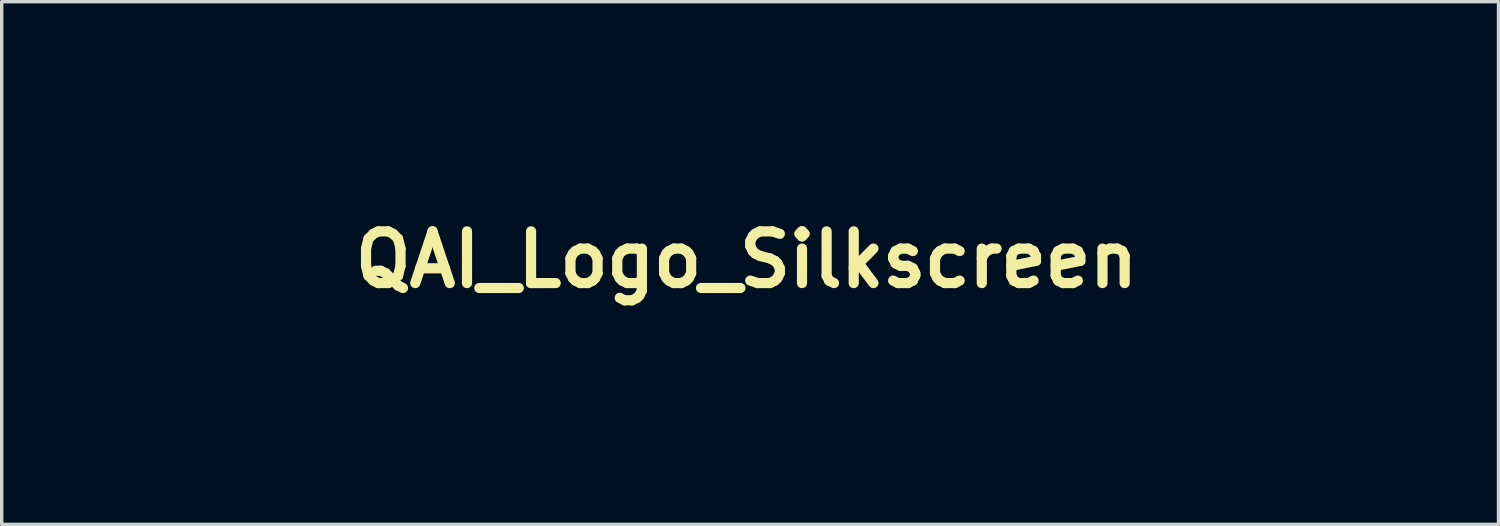
<source format=kicad_pcb>
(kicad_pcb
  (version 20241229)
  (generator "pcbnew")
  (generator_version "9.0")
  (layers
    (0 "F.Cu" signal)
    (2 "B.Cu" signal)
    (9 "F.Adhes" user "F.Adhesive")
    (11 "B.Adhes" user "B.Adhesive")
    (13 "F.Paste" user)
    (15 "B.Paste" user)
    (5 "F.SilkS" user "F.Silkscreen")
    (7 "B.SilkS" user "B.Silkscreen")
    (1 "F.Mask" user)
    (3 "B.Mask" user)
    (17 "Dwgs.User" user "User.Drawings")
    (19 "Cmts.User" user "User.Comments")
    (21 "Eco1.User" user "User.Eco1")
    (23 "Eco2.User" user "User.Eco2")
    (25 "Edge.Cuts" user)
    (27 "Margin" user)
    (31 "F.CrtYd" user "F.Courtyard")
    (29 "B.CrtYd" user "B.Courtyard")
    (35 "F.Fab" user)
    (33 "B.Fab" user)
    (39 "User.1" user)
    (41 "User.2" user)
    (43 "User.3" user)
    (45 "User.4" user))
  (footprint "QAI_Logo_Silkscreen"
    (layer "F.Cu")
    (at 18.947 4.601)
    (property "Reference" "QAI_Logo_Silkscreen" (at 0 0 0) (layer "F.SilkS") (effects (font (size 1.524 1.524) (thickness 0.3))))
    (attr through_hole)
    (fp_poly (pts (xy 2.053 -1.055) (xy 2.085 -1.054) (xy 2.095 -1.054) (xy 2.129 -1.055) (xy 2.157 -1.056) (xy 2.181 -1.056) (xy 2.202 -1.053) (xy 2.218 -1.044) (xy 2.231 -1.029) (xy 2.241 -1.005) (xy 2.249 -0.971) (xy 2.254 -0.925) (xy 2.258 -0.865) (xy 2.26 -0.789) (xy 2.261 -0.695) (xy 2.261 -0.582) (xy 2.261 -0.447) (xy 2.261 -0.29) (xy 2.261 -0.235) (xy 2.261 0.532) (xy 2.233 0.558) (xy 2.215 0.571) (xy 2.192 0.579) (xy 2.156 0.583) (xy 2.103 0.584) (xy 2.095 0.584) (xy 2.04 0.583) (xy 2.003 0.58) (xy 1.978 0.572) (xy 1.96 0.56) (xy 1.958 0.558) (xy 1.93 0.532) (xy 1.93 -0.235) (xy 1.93 -0.4) (xy 1.93 -0.542) (xy 1.93 -0.662) (xy 1.931 -0.761) (xy 1.932 -0.843) (xy 1.935 -0.908) (xy 1.94 -0.958) (xy 1.947 -0.996) (xy 1.956 -1.023) (xy 1.969 -1.04) (xy 1.984 -1.051) (xy 2.003 -1.055) (xy 2.026 -1.056) (xy 2.053 -1.055)) (stroke (width 0.01) (type solid)) (fill no) (layer "Eco2.User"))
    (fp_poly (pts (xy 15.74 -1.056) (xy 15.76 -1.052) (xy 15.776 -1.044) (xy 15.789 -1.029) (xy 15.799 -1.005) (xy 15.806 -0.97) (xy 15.812 -0.924) (xy 15.815 -0.863) (xy 15.817 -0.786) (xy 15.818 -0.692) (xy 15.818 -0.579) (xy 15.818 -0.444) (xy 15.818 -0.286) (xy 15.818 -0.235) (xy 15.818 -0.07) (xy 15.818 0.072) (xy 15.818 0.191) (xy 15.817 0.291) (xy 15.816 0.372) (xy 15.813 0.437) (xy 15.808 0.488) (xy 15.801 0.526) (xy 15.792 0.553) (xy 15.78 0.57) (xy 15.765 0.581) (xy 15.747 0.585) (xy 15.724 0.586) (xy 15.698 0.585) (xy 15.667 0.584) (xy 15.657 0.584) (xy 15.601 0.583) (xy 15.563 0.58) (xy 15.539 0.573) (xy 15.523 0.562) (xy 15.519 0.559) (xy 15.514 0.553) (xy 15.51 0.545) (xy 15.506 0.534) (xy 15.503 0.518) (xy 15.5 0.493) (xy 15.498 0.46) (xy 15.497 0.414) (xy 15.496 0.356) (xy 15.495 0.282) (xy 15.494 0.191) (xy 15.494 0.081) (xy 15.494 -0.05) (xy 15.494 -0.204) (xy 15.494 -0.239) (xy 15.494 -0.399) (xy 15.494 -0.535) (xy 15.494 -0.65) (xy 15.495 -0.745) (xy 15.496 -0.822) (xy 15.497 -0.883) (xy 15.498 -0.931) (xy 15.5 -0.967) (xy 15.503 -0.992) (xy 15.506 -1.01) (xy 15.509 -1.022) (xy 15.513 -1.029) (xy 15.517 -1.033) (xy 15.536 -1.044) (xy 15.565 -1.05) (xy 15.611 -1.054) (xy 15.655 -1.054) (xy 15.688 -1.055) (xy 15.716 -1.056) (xy 15.74 -1.056)) (stroke (width 0.01) (type solid)) (fill no) (layer "Eco2.User"))
    (fp_poly (pts (xy 11.288 -1.055) (xy 11.32 -1.054) (xy 11.328 -1.054) (xy 11.364 -1.055) (xy 11.395 -1.056) (xy 11.42 -1.055) (xy 11.441 -1.05) (xy 11.457 -1.039) (xy 11.47 -1.02) (xy 11.479 -0.992) (xy 11.486 -0.952) (xy 11.49 -0.898) (xy 11.493 -0.829) (xy 11.494 -0.742) (xy 11.494 -0.635) (xy 11.494 -0.506) (xy 11.493 -0.368) (xy 11.493 0.267) (xy 11.873 0.267) (xy 11.987 0.267) (xy 12.079 0.267) (xy 12.15 0.268) (xy 12.204 0.272) (xy 12.243 0.279) (xy 12.268 0.29) (xy 12.284 0.306) (xy 12.291 0.329) (xy 12.294 0.358) (xy 12.294 0.396) (xy 12.294 0.428) (xy 12.293 0.485) (xy 12.289 0.523) (xy 12.283 0.546) (xy 12.272 0.562) (xy 12.27 0.563) (xy 12.263 0.568) (xy 12.25 0.573) (xy 12.231 0.576) (xy 12.202 0.579) (xy 12.162 0.581) (xy 12.107 0.582) (xy 12.036 0.583) (xy 11.947 0.584) (xy 11.836 0.584) (xy 11.732 0.584) (xy 11.216 0.584) (xy 11.19 0.551) (xy 11.184 0.543) (xy 11.18 0.535) (xy 11.176 0.523) (xy 11.172 0.506) (xy 11.17 0.482) (xy 11.168 0.448) (xy 11.166 0.404) (xy 11.165 0.346) (xy 11.164 0.274) (xy 11.164 0.184) (xy 11.163 0.075) (xy 11.163 -0.055) (xy 11.163 -0.207) (xy 11.163 -0.243) (xy 11.163 -0.407) (xy 11.163 -0.548) (xy 11.163 -0.667) (xy 11.164 -0.766) (xy 11.165 -0.846) (xy 11.168 -0.911) (xy 11.173 -0.961) (xy 11.18 -0.998) (xy 11.19 -1.024) (xy 11.202 -1.041) (xy 11.218 -1.051) (xy 11.237 -1.055) (xy 11.26 -1.056) (xy 11.288 -1.055)) (stroke (width 0.01) (type solid)) (fill no) (layer "Eco2.User"))
    (fp_poly (pts (xy -0.313 -1.054) (xy -0.228 -1.053) (xy -0.161 -1.05) (xy -0.109 -1.046) (xy -0.071 -1.039) (xy -0.044 -1.03) (xy -0.026 -1.017) (xy -0.016 -1.001) (xy -0.012 -0.981) (xy -0.011 -0.956) (xy -0.012 -0.926) (xy -0.013 -0.898) (xy -0.013 -0.846) (xy -0.015 -0.806) (xy -0.023 -0.777) (xy -0.04 -0.758) (xy -0.068 -0.746) (xy -0.111 -0.739) (xy -0.172 -0.737) (xy -0.253 -0.737) (xy -0.293 -0.737) (xy -0.533 -0.737) (xy -0.533 -0.097) (xy -0.533 0.047) (xy -0.534 0.168) (xy -0.534 0.268) (xy -0.535 0.348) (xy -0.536 0.412) (xy -0.537 0.461) (xy -0.539 0.498) (xy -0.542 0.524) (xy -0.545 0.541) (xy -0.549 0.553) (xy -0.554 0.56) (xy -0.557 0.563) (xy -0.584 0.575) (xy -0.627 0.583) (xy -0.68 0.586) (xy -0.735 0.585) (xy -0.783 0.579) (xy -0.819 0.569) (xy -0.83 0.561) (xy -0.835 0.554) (xy -0.839 0.542) (xy -0.842 0.525) (xy -0.845 0.498) (xy -0.847 0.461) (xy -0.848 0.412) (xy -0.849 0.347) (xy -0.85 0.266) (xy -0.851 0.165) (xy -0.851 0.043) (xy -0.851 -0.099) (xy -0.851 -0.737) (xy -1.091 -0.737) (xy -1.183 -0.737) (xy -1.252 -0.738) (xy -1.301 -0.743) (xy -1.335 -0.752) (xy -1.356 -0.768) (xy -1.367 -0.793) (xy -1.371 -0.828) (xy -1.372 -0.875) (xy -1.372 -0.898) (xy -1.372 -0.932) (xy -1.373 -0.961) (xy -1.372 -0.985) (xy -1.366 -1.005) (xy -1.355 -1.02) (xy -1.336 -1.032) (xy -1.307 -1.041) (xy -1.266 -1.047) (xy -1.211 -1.051) (xy -1.14 -1.053) (xy -1.051 -1.054) (xy -0.943 -1.054) (xy -0.812 -1.054) (xy -0.692 -1.054) (xy -0.543 -1.054) (xy -0.417 -1.054) (xy -0.313 -1.054)) (stroke (width 0.01) (type solid)) (fill no) (layer "Eco2.User"))
    (fp_poly (pts (xy 3.018 -1.054) (xy 3.148 -1.054) (xy 3.291 -1.054) (xy 3.411 -1.054) (xy 3.51 -1.053) (xy 3.59 -1.053) (xy 3.653 -1.052) (xy 3.702 -1.05) (xy 3.738 -1.048) (xy 3.763 -1.046) (xy 3.781 -1.042) (xy 3.792 -1.038) (xy 3.799 -1.034) (xy 3.802 -1.031) (xy 3.812 -1.013) (xy 3.819 -0.983) (xy 3.822 -0.938) (xy 3.823 -0.893) (xy 3.823 -0.842) (xy 3.82 -0.803) (xy 3.812 -0.776) (xy 3.796 -0.757) (xy 3.768 -0.745) (xy 3.725 -0.739) (xy 3.664 -0.737) (xy 3.581 -0.737) (xy 3.545 -0.737) (xy 3.315 -0.737) (xy 3.315 -0.11) (xy 3.315 0.041) (xy 3.315 0.168) (xy 3.315 0.274) (xy 3.313 0.36) (xy 3.31 0.429) (xy 3.306 0.483) (xy 3.299 0.522) (xy 3.289 0.55) (xy 3.275 0.569) (xy 3.258 0.579) (xy 3.237 0.584) (xy 3.211 0.585) (xy 3.18 0.585) (xy 3.149 0.584) (xy 3.092 0.583) (xy 3.055 0.58) (xy 3.03 0.573) (xy 3.013 0.562) (xy 3.01 0.559) (xy 3.004 0.552) (xy 2.999 0.544) (xy 2.995 0.532) (xy 2.992 0.513) (xy 2.99 0.486) (xy 2.988 0.449) (xy 2.986 0.399) (xy 2.986 0.334) (xy 2.985 0.253) (xy 2.985 0.152) (xy 2.985 0.03) (xy 2.985 -0.102) (xy 2.985 -0.737) (xy 2.75 -0.737) (xy 2.657 -0.737) (xy 2.588 -0.738) (xy 2.537 -0.743) (xy 2.502 -0.753) (xy 2.481 -0.769) (xy 2.469 -0.794) (xy 2.465 -0.828) (xy 2.464 -0.874) (xy 2.464 -0.895) (xy 2.463 -0.93) (xy 2.462 -0.959) (xy 2.464 -0.984) (xy 2.469 -1.004) (xy 2.48 -1.019) (xy 2.499 -1.031) (xy 2.528 -1.04) (xy 2.568 -1.047) (xy 2.623 -1.051) (xy 2.693 -1.053) (xy 2.781 -1.054) (xy 2.888 -1.054) (xy 3.018 -1.054)) (stroke (width 0.01) (type solid)) (fill no) (layer "Eco2.User"))
    (fp_poly (pts (xy 14.75 -1.054) (xy 14.87 -1.054) (xy 14.968 -1.053) (xy 15.048 -1.053) (xy 15.111 -1.052) (xy 15.159 -1.05) (xy 15.194 -1.048) (xy 15.22 -1.046) (xy 15.237 -1.042) (xy 15.248 -1.038) (xy 15.255 -1.033) (xy 15.257 -1.031) (xy 15.268 -1.013) (xy 15.274 -0.983) (xy 15.278 -0.938) (xy 15.278 -0.893) (xy 15.278 -0.842) (xy 15.276 -0.803) (xy 15.268 -0.776) (xy 15.251 -0.757) (xy 15.223 -0.745) (xy 15.18 -0.739) (xy 15.119 -0.737) (xy 15.037 -0.737) (xy 15.001 -0.737) (xy 14.77 -0.737) (xy 14.77 -0.102) (xy 14.77 0.048) (xy 14.77 0.175) (xy 14.77 0.28) (xy 14.769 0.365) (xy 14.766 0.433) (xy 14.762 0.486) (xy 14.755 0.525) (xy 14.746 0.552) (xy 14.733 0.57) (xy 14.717 0.58) (xy 14.696 0.585) (xy 14.671 0.585) (xy 14.64 0.584) (xy 14.608 0.584) (xy 14.543 0.582) (xy 14.499 0.576) (xy 14.473 0.565) (xy 14.472 0.564) (xy 14.466 0.559) (xy 14.461 0.552) (xy 14.457 0.541) (xy 14.454 0.523) (xy 14.451 0.497) (xy 14.449 0.46) (xy 14.448 0.411) (xy 14.446 0.347) (xy 14.445 0.266) (xy 14.444 0.165) (xy 14.444 0.044) (xy 14.443 -0.096) (xy 14.439 -0.737) (xy 14.207 -0.737) (xy 14.116 -0.737) (xy 14.048 -0.738) (xy 14 -0.743) (xy 13.967 -0.752) (xy 13.947 -0.768) (xy 13.936 -0.794) (xy 13.932 -0.829) (xy 13.932 -0.877) (xy 13.932 -0.898) (xy 13.933 -0.955) (xy 13.936 -0.993) (xy 13.943 -1.016) (xy 13.954 -1.032) (xy 13.955 -1.033) (xy 13.962 -1.038) (xy 13.974 -1.042) (xy 13.992 -1.045) (xy 14.018 -1.048) (xy 14.055 -1.05) (xy 14.105 -1.052) (xy 14.17 -1.053) (xy 14.252 -1.053) (xy 14.353 -1.054) (xy 14.476 -1.054) (xy 14.607 -1.054) (xy 14.75 -1.054)) (stroke (width 0.01) (type solid)) (fill no) (layer "Eco2.User"))
    (fp_poly (pts (xy 13.797 -1.052) (xy 13.844 -1.045) (xy 13.874 -1.031) (xy 13.889 -1.009) (xy 13.894 -0.977) (xy 13.894 -0.975) (xy 13.886 -0.955) (xy 13.863 -0.914) (xy 13.826 -0.854) (xy 13.773 -0.773) (xy 13.704 -0.671) (xy 13.621 -0.55) (xy 13.589 -0.503) (xy 13.284 -0.064) (xy 13.284 0.227) (xy 13.284 0.32) (xy 13.284 0.392) (xy 13.282 0.445) (xy 13.28 0.483) (xy 13.277 0.51) (xy 13.272 0.528) (xy 13.265 0.541) (xy 13.258 0.551) (xy 13.244 0.567) (xy 13.228 0.577) (xy 13.204 0.582) (xy 13.166 0.584) (xy 13.118 0.584) (xy 13.061 0.583) (xy 13.024 0.58) (xy 13 0.573) (xy 12.983 0.562) (xy 12.979 0.559) (xy 12.971 0.549) (xy 12.965 0.537) (xy 12.961 0.519) (xy 12.957 0.491) (xy 12.955 0.451) (xy 12.954 0.394) (xy 12.954 0.318) (xy 12.954 0.238) (xy 12.953 -0.057) (xy 12.643 -0.502) (xy 12.575 -0.601) (xy 12.512 -0.692) (xy 12.456 -0.775) (xy 12.409 -0.846) (xy 12.372 -0.904) (xy 12.346 -0.946) (xy 12.333 -0.97) (xy 12.332 -0.975) (xy 12.341 -1.005) (xy 12.357 -1.029) (xy 12.372 -1.04) (xy 12.392 -1.048) (xy 12.422 -1.052) (xy 12.468 -1.054) (xy 12.514 -1.054) (xy 12.574 -1.054) (xy 12.614 -1.052) (xy 12.64 -1.047) (xy 12.657 -1.039) (xy 12.671 -1.026) (xy 12.671 -1.026) (xy 12.685 -1.008) (xy 12.711 -0.972) (xy 12.747 -0.922) (xy 12.791 -0.859) (xy 12.842 -0.787) (xy 12.896 -0.71) (xy 12.903 -0.699) (xy 12.956 -0.622) (xy 13.005 -0.552) (xy 13.046 -0.492) (xy 13.079 -0.445) (xy 13.102 -0.412) (xy 13.112 -0.397) (xy 13.113 -0.397) (xy 13.12 -0.406) (xy 13.141 -0.433) (xy 13.172 -0.477) (xy 13.212 -0.534) (xy 13.26 -0.602) (xy 13.313 -0.678) (xy 13.339 -0.716) (xy 13.396 -0.796) (xy 13.448 -0.87) (xy 13.495 -0.934) (xy 13.533 -0.986) (xy 13.563 -1.023) (xy 13.58 -1.044) (xy 13.584 -1.046) (xy 13.605 -1.05) (xy 13.644 -1.052) (xy 13.696 -1.054) (xy 13.728 -1.054) (xy 13.797 -1.052)) (stroke (width 0.01) (type solid)) (fill no) (layer "Eco2.User"))
    (fp_poly (pts (xy 5.299 -1.054) (xy 5.338 -1.052) (xy 5.363 -1.048) (xy 5.379 -1.039) (xy 5.392 -1.026) (xy 5.397 -1.021) (xy 5.415 -0.993) (xy 5.423 -0.972) (xy 5.423 -0.971) (xy 5.416 -0.958) (xy 5.396 -0.925) (xy 5.364 -0.877) (xy 5.322 -0.814) (xy 5.272 -0.74) (xy 5.215 -0.655) (xy 5.152 -0.564) (xy 5.112 -0.506) (xy 4.801 -0.057) (xy 4.801 0.238) (xy 4.801 0.341) (xy 4.8 0.421) (xy 4.797 0.481) (xy 4.79 0.525) (xy 4.779 0.554) (xy 4.762 0.571) (xy 4.737 0.581) (xy 4.703 0.584) (xy 4.66 0.584) (xy 4.636 0.584) (xy 4.582 0.584) (xy 4.546 0.581) (xy 4.524 0.576) (xy 4.509 0.565) (xy 4.497 0.551) (xy 4.488 0.539) (xy 4.482 0.525) (xy 4.477 0.505) (xy 4.474 0.476) (xy 4.472 0.435) (xy 4.471 0.379) (xy 4.47 0.302) (xy 4.47 0.227) (xy 4.47 -0.062) (xy 4.167 -0.498) (xy 4.102 -0.592) (xy 4.041 -0.68) (xy 3.986 -0.761) (xy 3.939 -0.831) (xy 3.901 -0.888) (xy 3.873 -0.93) (xy 3.858 -0.955) (xy 3.856 -0.96) (xy 3.858 -0.994) (xy 3.874 -1.02) (xy 3.887 -1.035) (xy 3.902 -1.045) (xy 3.923 -1.051) (xy 3.956 -1.053) (xy 4.007 -1.054) (xy 4.033 -1.054) (xy 4.095 -1.053) (xy 4.137 -1.051) (xy 4.164 -1.046) (xy 4.182 -1.037) (xy 4.188 -1.031) (xy 4.201 -1.015) (xy 4.226 -0.981) (xy 4.261 -0.932) (xy 4.305 -0.87) (xy 4.355 -0.799) (xy 4.409 -0.722) (xy 4.419 -0.708) (xy 4.472 -0.631) (xy 4.521 -0.561) (xy 4.564 -0.501) (xy 4.598 -0.454) (xy 4.623 -0.421) (xy 4.635 -0.407) (xy 4.636 -0.406) (xy 4.645 -0.416) (xy 4.667 -0.445) (xy 4.699 -0.489) (xy 4.74 -0.546) (xy 4.788 -0.614) (xy 4.841 -0.69) (xy 4.858 -0.714) (xy 4.913 -0.793) (xy 4.964 -0.866) (xy 5.009 -0.929) (xy 5.046 -0.98) (xy 5.073 -1.017) (xy 5.089 -1.036) (xy 5.09 -1.038) (xy 5.116 -1.047) (xy 5.165 -1.052) (xy 5.237 -1.054) (xy 5.24 -1.054) (xy 5.299 -1.054)) (stroke (width 0.01) (type solid)) (fill no) (layer "Eco2.User"))
    (fp_poly (pts (xy 16.928 -1.051) (xy 17.068 -1.033) (xy 17.193 -0.996) (xy 17.306 -0.937) (xy 17.409 -0.857) (xy 17.456 -0.81) (xy 17.498 -0.76) (xy 17.539 -0.702) (xy 17.575 -0.642) (xy 17.604 -0.585) (xy 17.623 -0.538) (xy 17.628 -0.511) (xy 17.616 -0.476) (xy 17.582 -0.45) (xy 17.527 -0.436) (xy 17.468 -0.432) (xy 17.404 -0.434) (xy 17.358 -0.441) (xy 17.325 -0.458) (xy 17.299 -0.486) (xy 17.275 -0.524) (xy 17.216 -0.606) (xy 17.143 -0.667) (xy 17.055 -0.707) (xy 16.953 -0.726) (xy 16.837 -0.725) (xy 16.822 -0.723) (xy 16.714 -0.701) (xy 16.623 -0.661) (xy 16.548 -0.602) (xy 16.487 -0.522) (xy 16.468 -0.486) (xy 16.432 -0.393) (xy 16.413 -0.291) (xy 16.41 -0.187) (xy 16.423 -0.083) (xy 16.45 0.013) (xy 16.491 0.099) (xy 16.546 0.168) (xy 16.556 0.178) (xy 16.625 0.228) (xy 16.699 0.262) (xy 16.786 0.282) (xy 16.872 0.29) (xy 16.937 0.291) (xy 16.984 0.289) (xy 17.023 0.283) (xy 17.062 0.271) (xy 17.072 0.267) (xy 17.145 0.228) (xy 17.213 0.172) (xy 17.267 0.106) (xy 17.284 0.078) (xy 17.305 0.043) (xy 17.328 0.018) (xy 17.335 0.013) (xy 17.358 0.007) (xy 17.4 0.002) (xy 17.451 0.000125) (xy 17.466 0) (xy 17.52 0.001) (xy 17.554 0.004) (xy 17.577 0.011) (xy 17.594 0.023) (xy 17.6 0.029) (xy 17.62 0.057) (xy 17.628 0.081) (xy 17.621 0.109) (xy 17.602 0.152) (xy 17.575 0.203) (xy 17.544 0.258) (xy 17.51 0.31) (xy 17.478 0.354) (xy 17.469 0.364) (xy 17.412 0.419) (xy 17.341 0.474) (xy 17.265 0.524) (xy 17.193 0.56) (xy 17.183 0.564) (xy 17.06 0.6) (xy 16.926 0.618) (xy 16.791 0.616) (xy 16.694 0.601) (xy 16.567 0.562) (xy 16.451 0.502) (xy 16.349 0.424) (xy 16.262 0.329) (xy 16.19 0.22) (xy 16.136 0.099) (xy 16.099 -0.032) (xy 16.082 -0.17) (xy 16.086 -0.314) (xy 16.111 -0.461) (xy 16.112 -0.464) (xy 16.152 -0.585) (xy 16.21 -0.694) (xy 16.29 -0.796) (xy 16.325 -0.832) (xy 16.424 -0.918) (xy 16.528 -0.982) (xy 16.64 -1.025) (xy 16.764 -1.048) (xy 16.903 -1.052) (xy 16.928 -1.051)) (stroke (width 0.01) (type solid)) (fill no) (layer "Eco2.User"))
    (fp_poly (pts (xy 1.466 -1.055) (xy 1.516 -1.05) (xy 1.553 -1.04) (xy 1.566 -1.031) (xy 1.572 -1.023) (xy 1.576 -1.01) (xy 1.58 -0.991) (xy 1.582 -0.962) (xy 1.584 -0.921) (xy 1.586 -0.866) (xy 1.587 -0.794) (xy 1.587 -0.703) (xy 1.587 -0.591) (xy 1.587 -0.507) (xy 1.587 -0.373) (xy 1.586 -0.261) (xy 1.585 -0.17) (xy 1.584 -0.097) (xy 1.581 -0.039) (xy 1.578 0.007) (xy 1.574 0.042) (xy 1.569 0.07) (xy 1.568 0.075) (xy 1.528 0.192) (xy 1.467 0.3) (xy 1.389 0.396) (xy 1.295 0.477) (xy 1.19 0.539) (xy 1.084 0.577) (xy 1.017 0.589) (xy 0.935 0.595) (xy 0.849 0.595) (xy 0.766 0.59) (xy 0.697 0.579) (xy 0.686 0.577) (xy 0.585 0.542) (xy 0.497 0.494) (xy 0.414 0.428) (xy 0.386 0.401) (xy 0.311 0.316) (xy 0.259 0.235) (xy 0.256 0.229) (xy 0.238 0.189) (xy 0.222 0.152) (xy 0.21 0.113) (xy 0.2 0.07) (xy 0.192 0.021) (xy 0.187 -0.038) (xy 0.183 -0.109) (xy 0.18 -0.195) (xy 0.179 -0.299) (xy 0.178 -0.424) (xy 0.178 -0.522) (xy 0.178 -0.652) (xy 0.178 -0.76) (xy 0.178 -0.846) (xy 0.18 -0.914) (xy 0.185 -0.966) (xy 0.192 -1.003) (xy 0.202 -1.028) (xy 0.217 -1.044) (xy 0.236 -1.052) (xy 0.262 -1.055) (xy 0.293 -1.055) (xy 0.331 -1.054) (xy 0.339 -1.054) (xy 0.378 -1.055) (xy 0.41 -1.055) (xy 0.436 -1.052) (xy 0.456 -1.045) (xy 0.472 -1.031) (xy 0.484 -1.008) (xy 0.493 -0.974) (xy 0.498 -0.926) (xy 0.502 -0.862) (xy 0.504 -0.781) (xy 0.506 -0.679) (xy 0.507 -0.556) (xy 0.508 -0.491) (xy 0.514 0.019) (xy 0.549 0.089) (xy 0.599 0.163) (xy 0.667 0.22) (xy 0.749 0.259) (xy 0.843 0.278) (xy 0.877 0.279) (xy 0.98 0.269) (xy 1.069 0.239) (xy 1.143 0.189) (xy 1.201 0.119) (xy 1.223 0.079) (xy 1.264 -0.006) (xy 1.268 -0.508) (xy 1.269 -0.636) (xy 1.27 -0.741) (xy 1.271 -0.825) (xy 1.273 -0.891) (xy 1.275 -0.941) (xy 1.278 -0.978) (xy 1.281 -1.003) (xy 1.285 -1.019) (xy 1.29 -1.029) (xy 1.292 -1.032) (xy 1.317 -1.045) (xy 1.359 -1.053) (xy 1.411 -1.056) (xy 1.466 -1.055)) (stroke (width 0.01) (type solid)) (fill no) (layer "Eco2.User"))
    (fp_poly (pts (xy 10.238 -1.052) (xy 10.288 -1.047) (xy 10.315 -1.039) (xy 10.316 -1.038) (xy 10.325 -1.024) (xy 10.342 -0.989) (xy 10.367 -0.935) (xy 10.398 -0.865) (xy 10.435 -0.781) (xy 10.477 -0.686) (xy 10.522 -0.582) (xy 10.57 -0.471) (xy 10.62 -0.356) (xy 10.669 -0.239) (xy 10.719 -0.123) (xy 10.766 -0.01) (xy 10.811 0.097) (xy 10.853 0.197) (xy 10.889 0.286) (xy 10.92 0.362) (xy 10.945 0.423) (xy 10.961 0.467) (xy 10.969 0.491) (xy 10.969 0.492) (xy 10.969 0.533) (xy 10.953 0.559) (xy 10.94 0.571) (xy 10.92 0.578) (xy 10.889 0.582) (xy 10.842 0.584) (xy 10.808 0.584) (xy 10.749 0.584) (xy 10.709 0.581) (xy 10.685 0.575) (xy 10.668 0.566) (xy 10.663 0.56) (xy 10.65 0.54) (xy 10.631 0.502) (xy 10.606 0.449) (xy 10.578 0.387) (xy 10.561 0.347) (xy 10.481 0.159) (xy 9.85 0.159) (xy 9.771 0.348) (xy 9.742 0.413) (xy 9.716 0.473) (xy 9.693 0.52) (xy 9.676 0.551) (xy 9.67 0.56) (xy 9.656 0.572) (xy 9.635 0.579) (xy 9.603 0.583) (xy 9.553 0.584) (xy 9.525 0.584) (xy 9.466 0.583) (xy 9.426 0.581) (xy 9.401 0.575) (xy 9.385 0.565) (xy 9.381 0.561) (xy 9.364 0.53) (xy 9.36 0.507) (xy 9.365 0.489) (xy 9.379 0.451) (xy 9.401 0.394) (xy 9.43 0.321) (xy 9.465 0.235) (xy 9.505 0.138) (xy 9.549 0.032) (xy 9.596 -0.08) (xy 9.627 -0.152) (xy 9.982 -0.152) (xy 10.351 -0.152) (xy 10.331 -0.2) (xy 10.318 -0.231) (xy 10.298 -0.279) (xy 10.274 -0.336) (xy 10.255 -0.381) (xy 10.231 -0.439) (xy 10.209 -0.492) (xy 10.191 -0.534) (xy 10.183 -0.554) (xy 10.166 -0.595) (xy 10.094 -0.421) (xy 10.067 -0.355) (xy 10.041 -0.294) (xy 10.02 -0.243) (xy 10.005 -0.207) (xy 10.002 -0.2) (xy 9.982 -0.152) (xy 9.627 -0.152) (xy 9.645 -0.196) (xy 9.695 -0.313) (xy 9.745 -0.43) (xy 9.793 -0.543) (xy 9.839 -0.65) (xy 9.883 -0.749) (xy 9.921 -0.837) (xy 9.955 -0.912) (xy 9.983 -0.972) (xy 10.003 -1.014) (xy 10.015 -1.036) (xy 10.016 -1.038) (xy 10.042 -1.047) (xy 10.091 -1.052) (xy 10.162 -1.054) (xy 10.166 -1.054) (xy 10.238 -1.052)) (stroke (width 0.01) (type solid)) (fill no) (layer "Eco2.User"))
    (fp_poly (pts (xy -3.95 -1.053) (xy -3.908 -1.051) (xy -3.881 -1.046) (xy -3.865 -1.038) (xy -3.858 -1.032) (xy -3.85 -1.017) (xy -3.833 -0.98) (xy -3.808 -0.924) (xy -3.775 -0.85) (xy -3.737 -0.762) (xy -3.693 -0.66) (xy -3.644 -0.546) (xy -3.592 -0.424) (xy -3.537 -0.294) (xy -3.518 -0.25) (xy -3.197 0.51) (xy -3.222 0.544) (xy -3.235 0.56) (xy -3.251 0.57) (xy -3.273 0.576) (xy -3.31 0.579) (xy -3.365 0.581) (xy -3.372 0.582) (xy -3.434 0.582) (xy -3.476 0.58) (xy -3.502 0.575) (xy -3.517 0.566) (xy -3.529 0.548) (xy -3.548 0.511) (xy -3.572 0.46) (xy -3.6 0.397) (xy -3.62 0.35) (xy -3.702 0.153) (xy -4.333 0.159) (xy -4.415 0.356) (xy -4.444 0.422) (xy -4.47 0.481) (xy -4.493 0.528) (xy -4.51 0.559) (xy -4.518 0.568) (xy -4.543 0.577) (xy -4.591 0.582) (xy -4.657 0.584) (xy -4.715 0.583) (xy -4.753 0.581) (xy -4.778 0.574) (xy -4.795 0.564) (xy -4.801 0.559) (xy -4.82 0.532) (xy -4.826 0.509) (xy -4.821 0.492) (xy -4.807 0.455) (xy -4.785 0.399) (xy -4.756 0.327) (xy -4.721 0.241) (xy -4.681 0.144) (xy -4.637 0.039) (xy -4.59 -0.073) (xy -4.552 -0.162) (xy -4.191 -0.162) (xy -4.179 -0.159) (xy -4.146 -0.156) (xy -4.097 -0.154) (xy -4.036 -0.152) (xy -4.012 -0.152) (xy -3.938 -0.153) (xy -3.887 -0.155) (xy -3.856 -0.158) (xy -3.841 -0.163) (xy -3.839 -0.168) (xy -3.859 -0.217) (xy -3.883 -0.276) (xy -3.909 -0.339) (xy -3.936 -0.403) (xy -3.962 -0.462) (xy -3.984 -0.514) (xy -4.001 -0.552) (xy -4.011 -0.573) (xy -4.013 -0.575) (xy -4.019 -0.567) (xy -4.034 -0.539) (xy -4.054 -0.497) (xy -4.078 -0.444) (xy -4.103 -0.386) (xy -4.129 -0.326) (xy -4.152 -0.27) (xy -4.172 -0.221) (xy -4.185 -0.184) (xy -4.191 -0.163) (xy -4.191 -0.162) (xy -4.552 -0.162) (xy -4.541 -0.189) (xy -4.491 -0.306) (xy -4.442 -0.422) (xy -4.393 -0.536) (xy -4.347 -0.643) (xy -4.304 -0.743) (xy -4.265 -0.832) (xy -4.231 -0.908) (xy -4.203 -0.969) (xy -4.183 -1.012) (xy -4.171 -1.035) (xy -4.168 -1.038) (xy -4.143 -1.047) (xy -4.093 -1.052) (xy -4.02 -1.054) (xy -4.013 -1.054) (xy -3.95 -1.053)) (stroke (width 0.01) (type solid)) (fill no) (layer "Eco2.User"))
    (fp_poly (pts (xy -6.269 -1.054) (xy -6.253 -1.054) (xy -6.195 -1.053) (xy -6.157 -1.05) (xy -6.134 -1.043) (xy -6.118 -1.032) (xy -6.117 -1.031) (xy -6.111 -1.023) (xy -6.107 -1.009) (xy -6.103 -0.989) (xy -6.101 -0.959) (xy -6.099 -0.916) (xy -6.097 -0.859) (xy -6.097 -0.784) (xy -6.096 -0.689) (xy -6.096 -0.572) (xy -6.096 -0.55) (xy -6.096 -0.415) (xy -6.095 -0.302) (xy -6.093 -0.209) (xy -6.09 -0.134) (xy -6.086 -0.073) (xy -6.08 -0.024) (xy -6.073 0.016) (xy -6.063 0.049) (xy -6.051 0.079) (xy -6.04 0.101) (xy -5.992 0.169) (xy -5.927 0.222) (xy -5.851 0.257) (xy -5.767 0.276) (xy -5.679 0.277) (xy -5.593 0.261) (xy -5.512 0.226) (xy -5.44 0.172) (xy -5.44 0.171) (xy -5.415 0.146) (xy -5.394 0.123) (xy -5.377 0.098) (xy -5.364 0.069) (xy -5.353 0.034) (xy -5.346 -0.01) (xy -5.34 -0.066) (xy -5.337 -0.136) (xy -5.335 -0.223) (xy -5.334 -0.329) (xy -5.334 -0.457) (xy -5.334 -0.497) (xy -5.334 -0.627) (xy -5.333 -0.735) (xy -5.332 -0.821) (xy -5.329 -0.89) (xy -5.326 -0.942) (xy -5.322 -0.981) (xy -5.316 -1.008) (xy -5.308 -1.027) (xy -5.299 -1.039) (xy -5.292 -1.044) (xy -5.273 -1.048) (xy -5.236 -1.052) (xy -5.186 -1.054) (xy -5.161 -1.054) (xy -5.104 -1.053) (xy -5.066 -1.05) (xy -5.042 -1.044) (xy -5.027 -1.033) (xy -5.025 -1.031) (xy -5.019 -1.023) (xy -5.015 -1.01) (xy -5.012 -0.99) (xy -5.009 -0.961) (xy -5.007 -0.92) (xy -5.005 -0.864) (xy -5.005 -0.791) (xy -5.004 -0.7) (xy -5.004 -0.586) (xy -5.004 -0.52) (xy -5.004 -0.38) (xy -5.005 -0.263) (xy -5.007 -0.166) (xy -5.01 -0.086) (xy -5.014 -0.02) (xy -5.02 0.035) (xy -5.029 0.081) (xy -5.039 0.122) (xy -5.052 0.16) (xy -5.069 0.197) (xy -5.082 0.226) (xy -5.136 0.313) (xy -5.213 0.401) (xy -5.301 0.478) (xy -5.393 0.534) (xy -5.493 0.571) (xy -5.607 0.591) (xy -5.721 0.596) (xy -5.811 0.592) (xy -5.888 0.582) (xy -5.925 0.573) (xy -6.041 0.527) (xy -6.147 0.459) (xy -6.238 0.373) (xy -6.313 0.271) (xy -6.37 0.155) (xy -6.393 0.081) (xy -6.399 0.057) (xy -6.403 0.027) (xy -6.406 -0.01) (xy -6.409 -0.057) (xy -6.411 -0.118) (xy -6.412 -0.194) (xy -6.413 -0.289) (xy -6.413 -0.405) (xy -6.413 -0.505) (xy -6.414 -0.638) (xy -6.414 -0.747) (xy -6.413 -0.836) (xy -6.411 -0.906) (xy -6.407 -0.959) (xy -6.401 -0.998) (xy -6.391 -1.025) (xy -6.377 -1.042) (xy -6.358 -1.051) (xy -6.335 -1.055) (xy -6.305 -1.055) (xy -6.269 -1.054)) (stroke (width 0.01) (type solid)) (fill no) (layer "Eco2.User"))
    (fp_poly (pts (xy -1.66 -1.056) (xy -1.64 -1.053) (xy -1.624 -1.044) (xy -1.611 -1.029) (xy -1.601 -1.005) (xy -1.593 -0.971) (xy -1.587 -0.924) (xy -1.584 -0.864) (xy -1.582 -0.787) (xy -1.581 -0.693) (xy -1.581 -0.58) (xy -1.581 -0.445) (xy -1.581 -0.288) (xy -1.581 -0.235) (xy -1.581 -0.076) (xy -1.581 0.059) (xy -1.582 0.173) (xy -1.582 0.267) (xy -1.583 0.344) (xy -1.584 0.405) (xy -1.585 0.452) (xy -1.587 0.488) (xy -1.59 0.513) (xy -1.593 0.531) (xy -1.596 0.544) (xy -1.601 0.552) (xy -1.605 0.557) (xy -1.619 0.57) (xy -1.637 0.578) (xy -1.664 0.582) (xy -1.707 0.584) (xy -1.76 0.584) (xy -1.819 0.584) (xy -1.858 0.582) (xy -1.883 0.578) (xy -1.9 0.569) (xy -1.914 0.556) (xy -1.92 0.549) (xy -1.933 0.532) (xy -1.96 0.496) (xy -1.998 0.444) (xy -2.047 0.378) (xy -2.104 0.3) (xy -2.168 0.213) (xy -2.238 0.117) (xy -2.311 0.016) (xy -2.318 0.007) (xy -2.686 -0.498) (xy -2.692 0.025) (xy -2.694 0.159) (xy -2.695 0.27) (xy -2.697 0.36) (xy -2.699 0.431) (xy -2.704 0.486) (xy -2.71 0.526) (xy -2.72 0.553) (xy -2.733 0.571) (xy -2.751 0.581) (xy -2.774 0.585) (xy -2.802 0.585) (xy -2.836 0.584) (xy -2.858 0.584) (xy -2.914 0.583) (xy -2.951 0.58) (xy -2.974 0.573) (xy -2.989 0.561) (xy -2.993 0.554) (xy -2.997 0.544) (xy -3 0.527) (xy -3.003 0.503) (xy -3.005 0.469) (xy -3.006 0.423) (xy -3.008 0.363) (xy -3.009 0.289) (xy -3.009 0.196) (xy -3.01 0.085) (xy -3.01 -0.048) (xy -3.01 -0.204) (xy -3.01 -0.237) (xy -3.01 -0.397) (xy -3.01 -0.533) (xy -3.009 -0.648) (xy -3.009 -0.743) (xy -3.008 -0.821) (xy -3.007 -0.883) (xy -3.006 -0.93) (xy -3.004 -0.966) (xy -3.001 -0.992) (xy -2.998 -1.01) (xy -2.995 -1.022) (xy -2.991 -1.029) (xy -2.987 -1.033) (xy -2.97 -1.043) (xy -2.943 -1.05) (xy -2.902 -1.053) (xy -2.841 -1.054) (xy -2.835 -1.054) (xy -2.706 -1.054) (xy -2.658 -0.993) (xy -2.64 -0.97) (xy -2.61 -0.929) (xy -2.568 -0.872) (xy -2.516 -0.802) (xy -2.456 -0.721) (xy -2.39 -0.631) (xy -2.32 -0.535) (xy -2.261 -0.455) (xy -1.911 0.022) (xy -1.908 -0.493) (xy -1.907 -0.622) (xy -1.906 -0.729) (xy -1.905 -0.814) (xy -1.903 -0.882) (xy -1.901 -0.933) (xy -1.899 -0.971) (xy -1.896 -0.997) (xy -1.892 -1.015) (xy -1.887 -1.026) (xy -1.884 -1.031) (xy -1.869 -1.042) (xy -1.847 -1.049) (xy -1.811 -1.053) (xy -1.757 -1.054) (xy -1.746 -1.054) (xy -1.713 -1.055) (xy -1.684 -1.056) (xy -1.66 -1.056)) (stroke (width 0.01) (type solid)) (fill no) (layer "Eco2.User"))
    (fp_poly (pts (xy 6.78 -1.054) (xy 6.822 -1.051) (xy 6.849 -1.047) (xy 6.866 -1.039) (xy 6.876 -1.03) (xy 6.885 -1.013) (xy 6.904 -0.975) (xy 6.93 -0.919) (xy 6.962 -0.847) (xy 7 -0.76) (xy 7.042 -0.663) (xy 7.088 -0.557) (xy 7.137 -0.444) (xy 7.186 -0.327) (xy 7.236 -0.209) (xy 7.286 -0.092) (xy 7.333 0.022) (xy 7.379 0.13) (xy 7.42 0.231) (xy 7.456 0.32) (xy 7.487 0.397) (xy 7.511 0.458) (xy 7.527 0.501) (xy 7.534 0.524) (xy 7.535 0.526) (xy 7.535 0.54) (xy 7.534 0.552) (xy 7.53 0.562) (xy 7.521 0.571) (xy 7.506 0.578) (xy 7.482 0.584) (xy 7.448 0.588) (xy 7.401 0.591) (xy 7.341 0.594) (xy 7.265 0.595) (xy 7.172 0.596) (xy 7.059 0.597) (xy 6.925 0.597) (xy 6.768 0.597) (xy 6.711 0.597) (xy 6.55 0.597) (xy 6.412 0.597) (xy 6.295 0.596) (xy 6.199 0.596) (xy 6.121 0.595) (xy 6.058 0.593) (xy 6.01 0.592) (xy 5.974 0.59) (xy 5.949 0.587) (xy 5.932 0.584) (xy 5.922 0.581) (xy 5.918 0.577) (xy 5.904 0.549) (xy 5.904 0.512) (xy 5.919 0.461) (xy 5.948 0.394) (xy 5.951 0.387) (xy 6.001 0.286) (xy 6.537 0.282) (xy 6.651 0.282) (xy 6.757 0.28) (xy 6.852 0.279) (xy 6.933 0.277) (xy 6.998 0.275) (xy 7.045 0.273) (xy 7.07 0.271) (xy 7.074 0.27) (xy 7.069 0.255) (xy 7.056 0.221) (xy 7.035 0.17) (xy 7.009 0.106) (xy 6.978 0.031) (xy 6.944 -0.05) (xy 6.908 -0.136) (xy 6.872 -0.221) (xy 6.836 -0.304) (xy 6.803 -0.382) (xy 6.774 -0.45) (xy 6.749 -0.506) (xy 6.731 -0.547) (xy 6.72 -0.569) (xy 6.718 -0.572) (xy 6.712 -0.56) (xy 6.697 -0.528) (xy 6.675 -0.479) (xy 6.647 -0.414) (xy 6.614 -0.338) (xy 6.578 -0.253) (xy 6.567 -0.225) (xy 6.53 -0.137) (xy 6.495 -0.055) (xy 6.464 0.017) (xy 6.437 0.076) (xy 6.417 0.118) (xy 6.405 0.141) (xy 6.404 0.143) (xy 6.39 0.154) (xy 6.368 0.16) (xy 6.332 0.164) (xy 6.277 0.165) (xy 6.262 0.165) (xy 6.188 0.163) (xy 6.135 0.155) (xy 6.103 0.14) (xy 6.086 0.117) (xy 6.083 0.096) (xy 6.088 0.078) (xy 6.102 0.039) (xy 6.124 -0.017) (xy 6.152 -0.087) (xy 6.186 -0.169) (xy 6.223 -0.261) (xy 6.264 -0.358) (xy 6.307 -0.458) (xy 6.349 -0.559) (xy 6.391 -0.657) (xy 6.432 -0.749) (xy 6.468 -0.833) (xy 6.501 -0.906) (xy 6.528 -0.965) (xy 6.548 -1.007) (xy 6.56 -1.029) (xy 6.561 -1.031) (xy 6.574 -1.041) (xy 6.594 -1.048) (xy 6.625 -1.052) (xy 6.673 -1.054) (xy 6.718 -1.054) (xy 6.78 -1.054)) (stroke (width 0.01) (type solid)) (fill no) (layer "Eco2.User"))
    (fp_poly (pts (xy -7.292 -1.035) (xy -7.153 -0.993) (xy -7.044 -0.938) (xy -6.941 -0.862) (xy -6.849 -0.768) (xy -6.77 -0.662) (xy -6.708 -0.546) (xy -6.672 -0.445) (xy -6.659 -0.373) (xy -6.651 -0.286) (xy -6.649 -0.191) (xy -6.653 -0.098) (xy -6.663 -0.016) (xy -6.672 0.025) (xy -6.694 0.09) (xy -6.716 0.132) (xy -6.744 0.151) (xy -6.778 0.148) (xy -6.821 0.123) (xy -6.875 0.077) (xy -6.892 0.06) (xy -6.987 -0.031) (xy -6.978 -0.133) (xy -6.978 -0.258) (xy -6.999 -0.373) (xy -7.039 -0.474) (xy -7.097 -0.562) (xy -7.174 -0.633) (xy -7.257 -0.681) (xy -7.333 -0.706) (xy -7.424 -0.721) (xy -7.518 -0.724) (xy -7.606 -0.715) (xy -7.647 -0.706) (xy -7.748 -0.664) (xy -7.835 -0.601) (xy -7.907 -0.518) (xy -7.953 -0.437) (xy -7.965 -0.408) (xy -7.974 -0.378) (xy -7.979 -0.343) (xy -7.981 -0.295) (xy -7.982 -0.23) (xy -7.982 -0.21) (xy -7.982 -0.141) (xy -7.98 -0.091) (xy -7.976 -0.055) (xy -7.969 -0.025) (xy -7.958 0.005) (xy -7.942 0.038) (xy -7.884 0.133) (xy -7.809 0.209) (xy -7.719 0.265) (xy -7.612 0.301) (xy -7.587 0.306) (xy -7.542 0.311) (xy -7.488 0.313) (xy -7.432 0.312) (xy -7.383 0.308) (xy -7.348 0.301) (xy -7.338 0.297) (xy -7.34 0.285) (xy -7.358 0.26) (xy -7.386 0.227) (xy -7.397 0.216) (xy -7.439 0.167) (xy -7.463 0.129) (xy -7.468 0.111) (xy -7.458 0.087) (xy -7.433 0.052) (xy -7.398 0.013) (xy -7.359 -0.025) (xy -7.319 -0.059) (xy -7.285 -0.082) (xy -7.263 -0.089) (xy -7.248 -0.083) (xy -7.222 -0.065) (xy -7.185 -0.033) (xy -7.134 0.013) (xy -7.07 0.076) (xy -6.989 0.155) (xy -6.969 0.175) (xy -6.888 0.256) (xy -6.823 0.322) (xy -6.774 0.374) (xy -6.739 0.416) (xy -6.718 0.449) (xy -6.709 0.477) (xy -6.711 0.501) (xy -6.723 0.525) (xy -6.744 0.55) (xy -6.772 0.579) (xy -6.786 0.593) (xy -6.835 0.639) (xy -6.873 0.665) (xy -6.906 0.672) (xy -6.94 0.661) (xy -6.979 0.631) (xy -7.004 0.609) (xy -7.071 0.545) (xy -7.146 0.576) (xy -7.243 0.609) (xy -7.345 0.63) (xy -7.46 0.638) (xy -7.499 0.639) (xy -7.647 0.627) (xy -7.784 0.592) (xy -7.909 0.536) (xy -8.023 0.458) (xy -8.122 0.359) (xy -8.134 0.344) (xy -8.211 0.233) (xy -8.267 0.119) (xy -8.303 -0.004) (xy -8.319 -0.139) (xy -8.321 -0.209) (xy -8.313 -0.352) (xy -8.286 -0.48) (xy -8.24 -0.596) (xy -8.173 -0.704) (xy -8.084 -0.808) (xy -8.083 -0.809) (xy -8.028 -0.862) (xy -7.981 -0.902) (xy -7.933 -0.933) (xy -7.877 -0.963) (xy -7.873 -0.965) (xy -7.733 -1.018) (xy -7.587 -1.048) (xy -7.439 -1.054) (xy -7.292 -1.035)) (stroke (width 0.01) (type solid)) (fill no) (layer "Eco2.User"))
    (fp_poly (pts (xy 9.084 -1.056) (xy 9.104 -1.053) (xy 9.12 -1.044) (xy 9.133 -1.029) (xy 9.144 -1.005) (xy 9.151 -0.971) (xy 9.157 -0.924) (xy 9.16 -0.864) (xy 9.162 -0.787) (xy 9.163 -0.693) (xy 9.163 -0.58) (xy 9.163 -0.445) (xy 9.163 -0.288) (xy 9.163 -0.235) (xy 9.163 -0.076) (xy 9.163 0.059) (xy 9.163 0.173) (xy 9.162 0.267) (xy 9.161 0.344) (xy 9.16 0.405) (xy 9.159 0.452) (xy 9.157 0.488) (xy 9.154 0.513) (xy 9.151 0.531) (xy 9.148 0.544) (xy 9.143 0.552) (xy 9.139 0.557) (xy 9.125 0.57) (xy 9.107 0.578) (xy 9.08 0.582) (xy 9.037 0.584) (xy 8.984 0.584) (xy 8.925 0.584) (xy 8.886 0.582) (xy 8.861 0.578) (xy 8.844 0.569) (xy 8.83 0.556) (xy 8.824 0.549) (xy 8.811 0.532) (xy 8.785 0.496) (xy 8.746 0.444) (xy 8.698 0.378) (xy 8.641 0.301) (xy 8.576 0.213) (xy 8.507 0.118) (xy 8.433 0.017) (xy 8.426 0.007) (xy 8.058 -0.499) (xy 8.052 0.025) (xy 8.05 0.159) (xy 8.049 0.27) (xy 8.048 0.36) (xy 8.045 0.431) (xy 8.041 0.485) (xy 8.034 0.526) (xy 8.024 0.553) (xy 8.011 0.571) (xy 7.993 0.581) (xy 7.971 0.585) (xy 7.942 0.585) (xy 7.908 0.584) (xy 7.886 0.584) (xy 7.831 0.583) (xy 7.795 0.58) (xy 7.772 0.574) (xy 7.757 0.562) (xy 7.752 0.557) (xy 7.747 0.551) (xy 7.743 0.542) (xy 7.739 0.53) (xy 7.736 0.511) (xy 7.734 0.484) (xy 7.732 0.447) (xy 7.731 0.399) (xy 7.73 0.336) (xy 7.729 0.258) (xy 7.728 0.161) (xy 7.728 0.045) (xy 7.728 -0.092) (xy 7.728 -0.235) (xy 7.728 -0.394) (xy 7.728 -0.529) (xy 7.728 -0.643) (xy 7.729 -0.737) (xy 7.73 -0.814) (xy 7.731 -0.875) (xy 7.732 -0.922) (xy 7.734 -0.957) (xy 7.737 -0.983) (xy 7.74 -1.001) (xy 7.743 -1.013) (xy 7.748 -1.022) (xy 7.752 -1.027) (xy 7.766 -1.04) (xy 7.784 -1.047) (xy 7.811 -1.052) (xy 7.854 -1.054) (xy 7.907 -1.054) (xy 7.965 -1.054) (xy 8.005 -1.052) (xy 8.03 -1.048) (xy 8.046 -1.039) (xy 8.06 -1.026) (xy 8.067 -1.018) (xy 8.08 -1.001) (xy 8.107 -0.965) (xy 8.145 -0.914) (xy 8.194 -0.848) (xy 8.251 -0.77) (xy 8.316 -0.683) (xy 8.386 -0.588) (xy 8.46 -0.487) (xy 8.465 -0.48) (xy 8.833 0.022) (xy 8.836 -0.493) (xy 8.837 -0.622) (xy 8.838 -0.729) (xy 8.839 -0.814) (xy 8.841 -0.882) (xy 8.843 -0.933) (xy 8.845 -0.971) (xy 8.848 -0.997) (xy 8.852 -1.015) (xy 8.857 -1.026) (xy 8.86 -1.031) (xy 8.875 -1.042) (xy 8.897 -1.049) (xy 8.933 -1.053) (xy 8.987 -1.054) (xy 8.998 -1.054) (xy 9.031 -1.055) (xy 9.06 -1.056) (xy 9.084 -1.056)) (stroke (width 0.01) (type solid)) (fill no) (layer "Eco2.User"))
    (fp_poly (pts (xy 18.523 -1.047) (xy 18.58 -1.045) (xy 18.624 -1.042) (xy 18.661 -1.035) (xy 18.697 -1.025) (xy 18.737 -1.012) (xy 18.792 -0.99) (xy 18.846 -0.966) (xy 18.886 -0.943) (xy 18.89 -0.94) (xy 18.974 -0.869) (xy 19.041 -0.784) (xy 19.086 -0.689) (xy 19.108 -0.596) (xy 19.112 -0.553) (xy 19.109 -0.527) (xy 19.098 -0.508) (xy 19.087 -0.497) (xy 19.069 -0.483) (xy 19.045 -0.475) (xy 19.01 -0.471) (xy 18.957 -0.47) (xy 18.954 -0.47) (xy 18.883 -0.474) (xy 18.834 -0.486) (xy 18.801 -0.509) (xy 18.783 -0.545) (xy 18.778 -0.564) (xy 18.759 -0.617) (xy 18.721 -0.66) (xy 18.662 -0.696) (xy 18.654 -0.7) (xy 18.619 -0.713) (xy 18.584 -0.722) (xy 18.542 -0.727) (xy 18.487 -0.73) (xy 18.447 -0.73) (xy 18.346 -0.726) (xy 18.267 -0.714) (xy 18.209 -0.692) (xy 18.169 -0.66) (xy 18.146 -0.617) (xy 18.14 -0.592) (xy 18.138 -0.563) (xy 18.143 -0.537) (xy 18.159 -0.514) (xy 18.187 -0.493) (xy 18.23 -0.472) (xy 18.29 -0.45) (xy 18.368 -0.425) (xy 18.468 -0.397) (xy 18.531 -0.381) (xy 18.637 -0.352) (xy 18.723 -0.328) (xy 18.791 -0.306) (xy 18.845 -0.286) (xy 18.889 -0.267) (xy 18.927 -0.247) (xy 18.955 -0.229) (xy 19.039 -0.157) (xy 19.1 -0.076) (xy 19.137 0.014) (xy 19.15 0.112) (xy 19.14 0.218) (xy 19.126 0.271) (xy 19.085 0.361) (xy 19.022 0.439) (xy 18.939 0.506) (xy 18.837 0.558) (xy 18.739 0.591) (xy 18.684 0.601) (xy 18.612 0.609) (xy 18.532 0.615) (xy 18.45 0.617) (xy 18.375 0.616) (xy 18.316 0.612) (xy 18.307 0.61) (xy 18.171 0.578) (xy 18.054 0.53) (xy 17.957 0.466) (xy 17.879 0.386) (xy 17.822 0.291) (xy 17.784 0.18) (xy 17.773 0.117) (xy 17.769 0.076) (xy 17.774 0.051) (xy 17.788 0.03) (xy 17.791 0.027) (xy 17.808 0.014) (xy 17.829 0.006) (xy 17.861 0.001) (xy 17.911 0.000056) (xy 17.93 0) (xy 17.997 0.002) (xy 18.044 0.009) (xy 18.074 0.025) (xy 18.092 0.05) (xy 18.102 0.088) (xy 18.103 0.095) (xy 18.125 0.161) (xy 18.17 0.216) (xy 18.237 0.258) (xy 18.26 0.269) (xy 18.296 0.281) (xy 18.331 0.289) (xy 18.372 0.294) (xy 18.427 0.296) (xy 18.491 0.297) (xy 18.562 0.296) (xy 18.613 0.294) (xy 18.652 0.289) (xy 18.684 0.28) (xy 18.716 0.268) (xy 18.716 0.268) (xy 18.757 0.246) (xy 18.789 0.222) (xy 18.802 0.209) (xy 18.817 0.17) (xy 18.821 0.125) (xy 18.814 0.084) (xy 18.799 0.06) (xy 18.76 0.034) (xy 18.701 0.006) (xy 18.618 -0.024) (xy 18.512 -0.056) (xy 18.421 -0.081) (xy 18.317 -0.109) (xy 18.234 -0.133) (xy 18.167 -0.155) (xy 18.113 -0.176) (xy 18.066 -0.198) (xy 18.023 -0.222) (xy 18.004 -0.233) (xy 17.924 -0.296) (xy 17.866 -0.369) (xy 17.84 -0.418) (xy 17.824 -0.474) (xy 17.818 -0.545) (xy 17.821 -0.621) (xy 17.832 -0.694) (xy 17.852 -0.755) (xy 17.856 -0.762) (xy 17.918 -0.856) (xy 17.999 -0.934) (xy 18.096 -0.992) (xy 18.165 -1.019) (xy 18.206 -1.031) (xy 18.245 -1.039) (xy 18.289 -1.044) (xy 18.344 -1.047) (xy 18.415 -1.047) (xy 18.447 -1.047) (xy 18.523 -1.047)) (stroke (width 0.01) (type solid)) (fill no) (layer "Eco2.User"))
    (fp_poly (pts (xy -14.137 -4.594) (xy -13.789 -4.571) (xy -13.446 -4.525) (xy -13.111 -4.454) (xy -12.784 -4.361) (xy -12.466 -4.243) (xy -12.158 -4.103) (xy -11.998 -4.019) (xy -11.704 -3.842) (xy -11.426 -3.646) (xy -11.163 -3.432) (xy -10.918 -3.2) (xy -10.69 -2.953) (xy -10.481 -2.69) (xy -10.291 -2.413) (xy -10.121 -2.124) (xy -9.972 -1.823) (xy -9.845 -1.511) (xy -9.741 -1.19) (xy -9.66 -0.86) (xy -9.634 -0.728) (xy -9.616 -0.623) (xy -9.602 -0.531) (xy -9.591 -0.448) (xy -9.582 -0.367) (xy -9.577 -0.284) (xy -9.573 -0.194) (xy -9.571 -0.091) (xy -9.57 0.029) (xy -9.57 0.108) (xy -9.57 0.231) (xy -9.571 0.334) (xy -9.573 0.422) (xy -9.577 0.499) (xy -9.582 0.572) (xy -9.59 0.644) (xy -9.601 0.722) (xy -9.614 0.81) (xy -9.628 0.895) (xy -9.694 1.218) (xy -9.785 1.536) (xy -9.898 1.848) (xy -10.034 2.153) (xy -10.19 2.448) (xy -10.367 2.731) (xy -10.562 3.001) (xy -10.776 3.255) (xy -11.006 3.492) (xy -11.153 3.626) (xy -11.426 3.847) (xy -11.711 4.046) (xy -12.006 4.222) (xy -12.313 4.376) (xy -12.631 4.506) (xy -12.958 4.613) (xy -13.296 4.697) (xy -13.644 4.758) (xy -13.786 4.775) (xy -13.857 4.781) (xy -13.948 4.786) (xy -14.052 4.79) (xy -14.164 4.793) (xy -14.277 4.794) (xy -14.385 4.794) (xy -14.483 4.792) (xy -14.564 4.789) (xy -14.585 4.788) (xy -14.926 4.75) (xy -15.261 4.688) (xy -15.588 4.603) (xy -15.907 4.495) (xy -16.216 4.366) (xy -16.514 4.215) (xy -16.8 4.044) (xy -17.074 3.853) (xy -17.333 3.643) (xy -17.578 3.415) (xy -17.806 3.169) (xy -18.017 2.906) (xy -18.209 2.627) (xy -18.382 2.333) (xy -18.451 2.202) (xy -18.591 1.895) (xy -18.709 1.576) (xy -18.804 1.247) (xy -18.877 0.907) (xy -18.926 0.578) (xy -18.933 0.497) (xy -18.938 0.396) (xy -18.941 0.28) (xy -18.942 0.155) (xy -18.942 0.092) (xy -17.418 0.092) (xy -17.414 0.223) (xy -17.404 0.344) (xy -17.388 0.441) (xy -17.338 0.629) (xy -17.27 0.801) (xy -17.183 0.959) (xy -17.075 1.107) (xy -16.944 1.248) (xy -16.939 1.252) (xy -16.8 1.372) (xy -16.653 1.47) (xy -16.497 1.547) (xy -16.33 1.604) (xy -16.149 1.641) (xy -15.952 1.659) (xy -15.932 1.66) (xy -15.758 1.66) (xy -15.598 1.645) (xy -15.445 1.615) (xy -15.292 1.567) (xy -15.19 1.527) (xy -15.084 1.482) (xy -14.994 1.581) (xy -14.939 1.64) (xy -14.896 1.681) (xy -14.86 1.707) (xy -14.827 1.72) (xy -14.793 1.724) (xy -14.771 1.723) (xy -14.749 1.719) (xy -14.728 1.713) (xy -14.706 1.699) (xy -14.678 1.677) (xy -14.642 1.643) (xy -14.593 1.594) (xy -14.572 1.573) (xy -14.511 1.51) (xy -14.467 1.461) (xy -14.451 1.44) (xy -14.16 1.44) (xy -14.152 1.48) (xy -14.129 1.523) (xy -14.1 1.558) (xy -14.086 1.568) (xy -14.078 1.571) (xy -14.063 1.574) (xy -14.041 1.576) (xy -14.009 1.578) (xy -13.967 1.58) (xy -13.914 1.581) (xy -13.847 1.583) (xy -13.766 1.584) (xy -13.67 1.585) (xy -13.556 1.585) (xy -13.424 1.586) (xy -13.272 1.586) (xy -13.099 1.587) (xy -12.903 1.587) (xy -12.684 1.587) (xy -12.639 1.587) (xy -12.417 1.587) (xy -12.219 1.587) (xy -12.044 1.587) (xy -11.89 1.587) (xy -11.756 1.586) (xy -11.64 1.586) (xy -11.541 1.585) (xy -11.458 1.584) (xy -11.389 1.583) (xy -11.333 1.582) (xy -11.289 1.58) (xy -11.254 1.578) (xy -11.228 1.576) (xy -11.209 1.574) (xy -11.196 1.571) (xy -11.188 1.568) (xy -11.187 1.568) (xy -11.154 1.539) (xy -11.127 1.497) (xy -11.113 1.451) (xy -11.113 1.441) (xy -11.117 1.426) (xy -11.132 1.39) (xy -11.154 1.333) (xy -11.185 1.259) (xy -11.222 1.169) (xy -11.266 1.063) (xy -11.315 0.945) (xy -11.37 0.816) (xy -11.428 0.677) (xy -11.49 0.531) (xy -11.554 0.379) (xy -11.62 0.223) (xy -11.687 0.064) (xy -11.755 -0.095) (xy -11.822 -0.253) (xy -11.888 -0.408) (xy -11.953 -0.559) (xy -12.014 -0.703) (xy -12.073 -0.839) (xy -12.127 -0.966) (xy -12.176 -1.08) (xy -12.22 -1.182) (xy -12.258 -1.268) (xy -12.288 -1.337) (xy -12.311 -1.388) (xy -12.325 -1.419) (xy -12.33 -1.427) (xy -12.352 -1.448) (xy -12.379 -1.463) (xy -12.415 -1.474) (xy -12.465 -1.481) (xy -12.531 -1.485) (xy -12.618 -1.486) (xy -12.637 -1.486) (xy -12.728 -1.485) (xy -12.798 -1.482) (xy -12.85 -1.476) (xy -12.889 -1.466) (xy -12.917 -1.451) (xy -12.939 -1.431) (xy -12.942 -1.427) (xy -12.95 -1.412) (xy -12.967 -1.376) (xy -12.993 -1.319) (xy -13.026 -1.244) (xy -13.066 -1.153) (xy -13.112 -1.047) (xy -13.163 -0.928) (xy -13.219 -0.798) (xy -13.279 -0.658) (xy -13.342 -0.511) (xy -13.391 -0.395) (xy -13.468 -0.213) (xy -13.536 -0.054) (xy -13.595 0.084) (xy -13.645 0.204) (xy -13.688 0.307) (xy -13.723 0.394) (xy -13.752 0.466) (xy -13.774 0.525) (xy -13.79 0.573) (xy -13.802 0.612) (xy -13.809 0.642) (xy -13.811 0.665) (xy -13.81 0.682) (xy -13.806 0.696) (xy -13.8 0.708) (xy -13.791 0.718) (xy -13.783 0.727) (xy -13.759 0.749) (xy -13.73 0.766) (xy -13.691 0.777) (xy -13.639 0.783) (xy -13.568 0.787) (xy -13.494 0.787) (xy -13.404 0.786) (xy -13.336 0.782) (xy -13.286 0.774) (xy -13.25 0.762) (xy -13.224 0.744) (xy -13.207 0.722) (xy -13.198 0.705) (xy -13.181 0.667) (xy -13.156 0.61) (xy -13.124 0.535) (xy -13.086 0.447) (xy -13.044 0.346) (xy -12.997 0.235) (xy -12.947 0.117) (xy -12.916 0.041) (xy -12.865 -0.08) (xy -12.817 -0.194) (xy -12.773 -0.298) (xy -12.733 -0.391) (xy -12.699 -0.47) (xy -12.671 -0.533) (xy -12.651 -0.579) (xy -12.639 -0.605) (xy -12.636 -0.61) (xy -12.629 -0.598) (xy -12.614 -0.566) (xy -12.591 -0.517) (xy -12.563 -0.452) (xy -12.53 -0.375) (xy -12.494 -0.289) (xy -12.478 -0.251) (xy -12.394 -0.052) (xy -12.32 0.125) (xy -12.255 0.281) (xy -12.198 0.418) (xy -12.149 0.536) (xy -12.107 0.637) (xy -12.071 0.722) (xy -12.042 0.792) (xy -12.018 0.85) (xy -11.999 0.895) (xy -11.985 0.929) (xy -11.975 0.954) (xy -11.968 0.971) (xy -11.965 0.981) (xy -11.963 0.985) (xy -11.963 0.985) (xy -11.976 0.986) (xy -12.012 0.987) (xy -12.069 0.988) (xy -12.146 0.988) (xy -12.241 0.989) (xy -12.351 0.99) (xy -12.475 0.991) (xy -12.611 0.992) (xy -12.757 0.993) (xy -12.911 0.993) (xy -12.947 0.994) (xy -13.128 0.994) (xy -13.285 0.995) (xy -13.421 0.995) (xy -13.536 0.996) (xy -13.633 0.997) (xy -13.713 0.998) (xy -13.778 0.999) (xy -13.83 1.001) (xy -13.87 1.002) (xy -13.901 1.005) (xy -13.923 1.007) (xy -13.939 1.01) (xy -13.95 1.014) (xy -13.958 1.018) (xy -13.965 1.023) (xy -13.966 1.024) (xy -13.986 1.045) (xy -14.009 1.082) (xy -14.038 1.138) (xy -14.073 1.215) (xy -14.081 1.233) (xy -14.108 1.298) (xy -14.131 1.355) (xy -14.149 1.402) (xy -14.159 1.432) (xy -14.16 1.44) (xy -14.451 1.44) (xy -14.438 1.422) (xy -14.422 1.389) (xy -14.416 1.36) (xy -14.419 1.331) (xy -14.42 1.324) (xy -14.432 1.306) (xy -14.462 1.27) (xy -14.51 1.217) (xy -14.576 1.146) (xy -14.661 1.059) (xy -14.764 0.954) (xy -14.885 0.832) (xy -14.914 0.803) (xy -15.399 0.318) (xy -15.46 0.318) (xy -15.484 0.318) (xy -15.504 0.322) (xy -15.525 0.331) (xy -15.549 0.348) (xy -15.581 0.376) (xy -15.625 0.418) (xy -15.655 0.448) (xy -15.716 0.509) (xy -15.761 0.556) (xy -15.792 0.594) (xy -15.811 0.626) (xy -15.821 0.655) (xy -15.824 0.684) (xy -15.824 0.689) (xy -15.822 0.714) (xy -15.815 0.738) (xy -15.8 0.765) (xy -15.774 0.798) (xy -15.736 0.84) (xy -15.682 0.896) (xy -15.668 0.91) (xy -15.554 1.026) (xy -15.629 1.042) (xy -15.699 1.053) (xy -15.786 1.058) (xy -15.881 1.059) (xy -15.976 1.055) (xy -16.064 1.046) (xy -16.135 1.034) (xy -16.146 1.031) (xy -16.282 0.981) (xy -16.408 0.91) (xy -16.521 0.82) (xy -16.618 0.713) (xy -16.697 0.593) (xy -16.755 0.461) (xy -16.756 0.457) (xy -16.79 0.322) (xy -16.809 0.175) (xy -16.811 0.024) (xy -16.796 -0.12) (xy -16.782 -0.189) (xy -16.735 -0.331) (xy -16.666 -0.462) (xy -16.578 -0.579) (xy -16.473 -0.679) (xy -16.352 -0.761) (xy -16.217 -0.823) (xy -16.186 -0.834) (xy -16.099 -0.855) (xy -15.996 -0.869) (xy -15.885 -0.875) (xy -15.775 -0.874) (xy -15.675 -0.864) (xy -15.651 -0.86) (xy -15.504 -0.82) (xy -15.369 -0.759) (xy -15.249 -0.677) (xy -15.145 -0.577) (xy -15.058 -0.459) (xy -15.012 -0.375) (xy -14.976 -0.292) (xy -14.95 -0.208) (xy -14.931 -0.118) (xy -14.92 -0.018) (xy -14.916 0.095) (xy -14.918 0.227) (xy -14.923 0.315) (xy -14.929 0.42) (xy -14.763 0.584) (xy -14.704 0.642) (xy -14.66 0.685) (xy -14.628 0.714) (xy -14.603 0.733) (xy -14.584 0.744) (xy -14.566 0.748) (xy -14.546 0.749) (xy -14.538 0.749) (xy -14.496 0.745) (xy -14.46 0.731) (xy -14.43 0.704) (xy -14.404 0.662) (xy -14.38 0.602) (xy -14.358 0.523) (xy -14.334 0.421) (xy -14.33 0.4) (xy -14.319 0.325) (xy -14.312 0.232) (xy -14.309 0.129) (xy -14.309 0.023) (xy -14.314 -0.079) (xy -14.323 -0.17) (xy -14.331 -0.221) (xy -14.381 -0.419) (xy -14.452 -0.603) (xy -14.544 -0.773) (xy -14.657 -0.928) (xy -14.791 -1.07) (xy -14.929 -1.184) (xy -15.079 -1.283) (xy -15.238 -1.361) (xy -15.407 -1.418) (xy -15.588 -1.456) (xy -15.783 -1.473) (xy -15.862 -1.475) (xy -16.044 -1.469) (xy -16.211 -1.445) (xy -16.371 -1.404) (xy -16.52 -1.348) (xy -16.688 -1.261) (xy -16.843 -1.154) (xy -16.982 -1.029) (xy -17.105 -0.886) (xy -17.21 -0.729) (xy -17.296 -0.558) (xy -17.361 -0.375) (xy -17.388 -0.267) (xy -17.405 -0.16) (xy -17.415 -0.038) (xy -17.418 0.092) (xy -18.942 0.092) (xy -18.941 0.027) (xy -18.939 -0.1) (xy -18.934 -0.219) (xy -18.928 -0.327) (xy -18.92 -0.416) (xy -18.919 -0.432) (xy -18.863 -0.78) (xy -18.785 -1.119) (xy -18.684 -1.448) (xy -18.56 -1.767) (xy -18.415 -2.073) (xy -18.248 -2.367) (xy -18.06 -2.648) (xy -17.852 -2.915) (xy -17.624 -3.167) (xy -17.376 -3.403) (xy -17.11 -3.623) (xy -16.825 -3.826) (xy -16.821 -3.829) (xy -16.532 -4.004) (xy -16.232 -4.158) (xy -15.921 -4.289) (xy -15.601 -4.398) (xy -15.275 -4.483) (xy -14.944 -4.545) (xy -14.609 -4.583) (xy -14.273 -4.596) (xy -14.137 -4.594)) (stroke (width 0.01) (type solid)) (fill no) (layer "Eco2.User")))
  (gr_rect
    (start -3 -3)
    (end 41.102 12.4)
    (stroke (width 0.1) (type default))
    (fill no)
    (layer "Edge.Cuts")))
</source>
